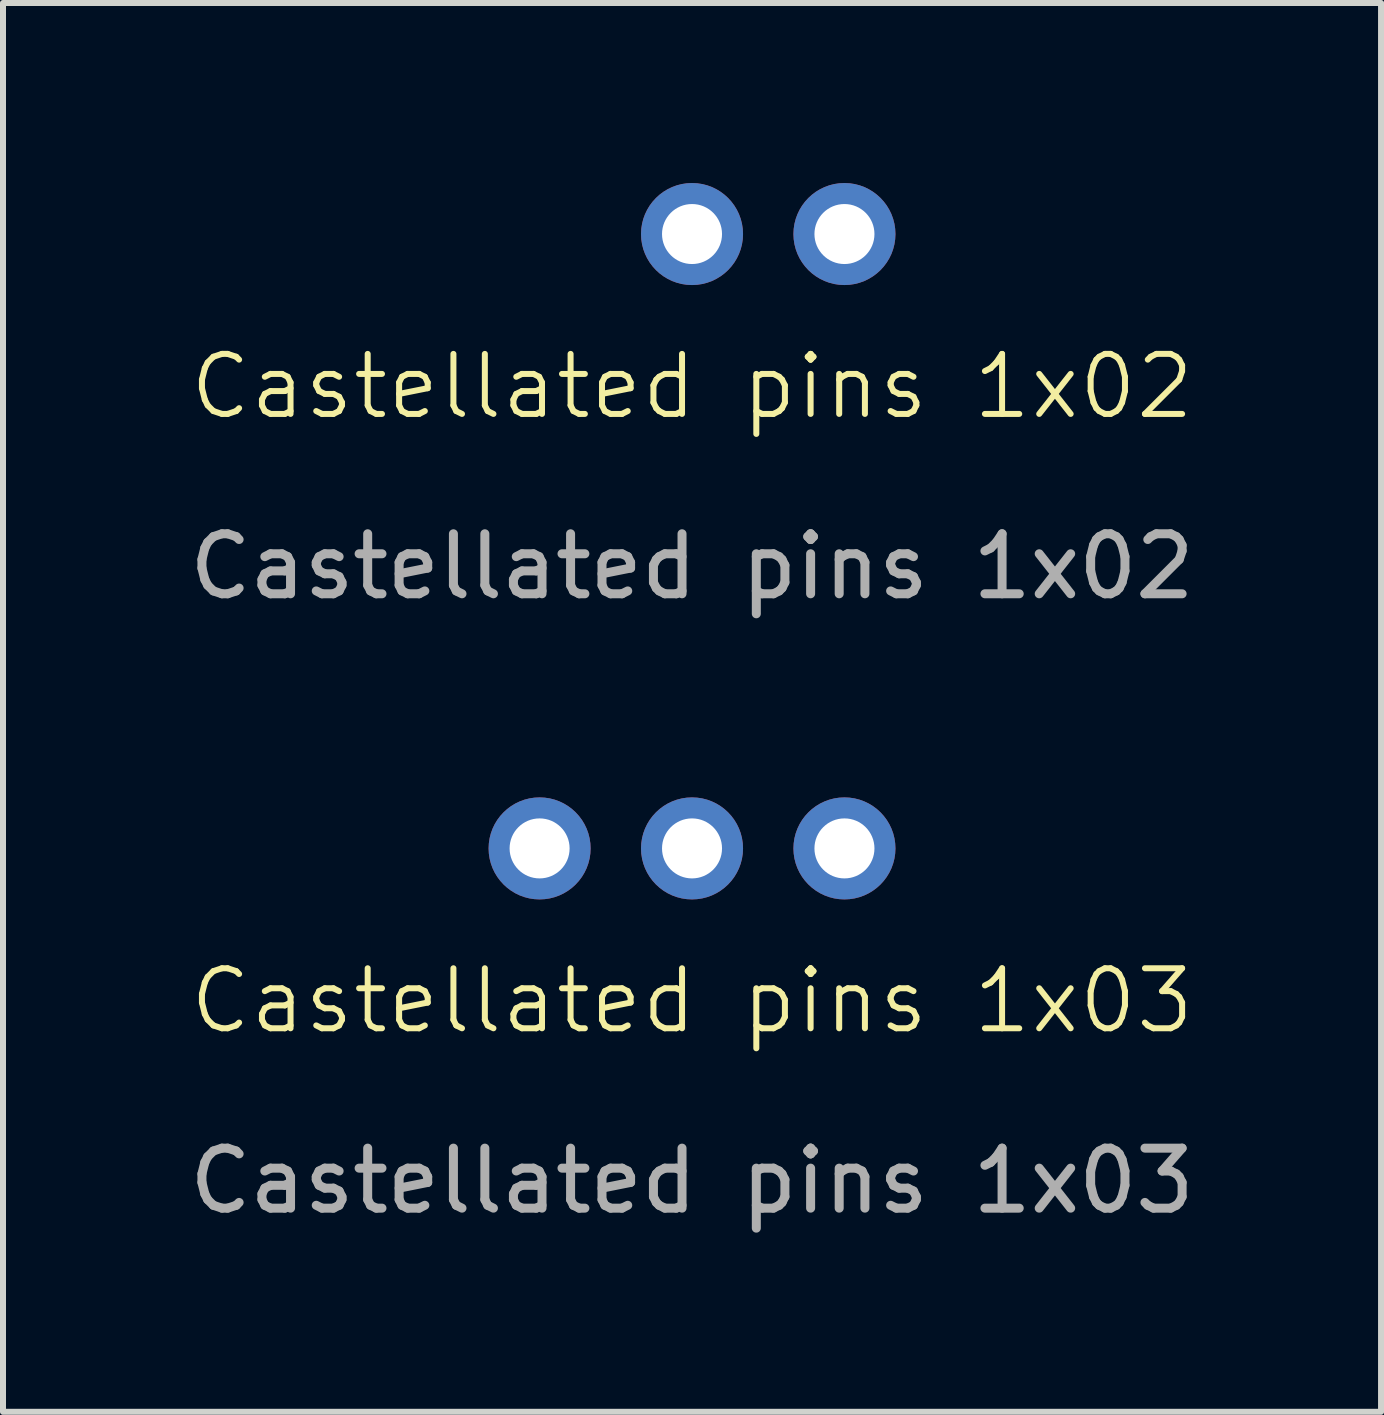
<source format=kicad_pcb>
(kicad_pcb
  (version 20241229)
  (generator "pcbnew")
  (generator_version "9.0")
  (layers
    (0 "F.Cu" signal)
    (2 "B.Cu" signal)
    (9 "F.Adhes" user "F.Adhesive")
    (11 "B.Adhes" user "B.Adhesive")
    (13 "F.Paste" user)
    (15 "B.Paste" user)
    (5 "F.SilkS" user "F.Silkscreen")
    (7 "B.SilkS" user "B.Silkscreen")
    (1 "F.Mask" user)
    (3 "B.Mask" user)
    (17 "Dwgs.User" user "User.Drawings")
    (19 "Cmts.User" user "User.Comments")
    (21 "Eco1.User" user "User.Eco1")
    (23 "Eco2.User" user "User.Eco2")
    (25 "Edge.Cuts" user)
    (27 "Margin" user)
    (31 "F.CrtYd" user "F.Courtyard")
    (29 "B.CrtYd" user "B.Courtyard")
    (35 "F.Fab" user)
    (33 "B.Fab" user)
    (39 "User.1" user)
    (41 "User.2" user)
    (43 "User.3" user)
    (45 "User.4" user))
  (footprint "Castellated pins 1x03"
    (layer "F.Cu")
    (at 8.482 11.088)
    (property "Reference" "Castellated pins 1x03" (at 0 2.54 0) (unlocked yes) (layer "F.SilkS") (effects (font (size 1 1) (thickness 0.1))))
    (attr smd)
    (fp_text user "${REFERENCE}" (at 0 5.54 0) (unlocked yes) (layer "F.Fab") (effects (font (size 1 1) (thickness 0.15))))
    (pad "1" thru_hole circle (at -2.54 0) (size 1.7 1.7) (drill 1) (property pad_prop_castellated) (layers "*.Cu" "*.Mask"))
    (pad "2" thru_hole circle (at 0 0) (size 1.7 1.7) (drill 1) (layers "*.Cu" "*.Mask"))
    (pad "3" thru_hole circle (at 2.54 0) (size 1.7 1.7) (drill 1) (layers "*.Cu" "*.Mask")))
  (footprint "Castellated pins 1x02"
    (layer "F.Cu")
    (at 8.482 0.85)
    (property "Reference" "Castellated pins 1x02" (at 0 2.54 0) (unlocked yes) (layer "F.SilkS") (effects (font (size 1 1) (thickness 0.1))))
    (attr smd)
    (fp_text user "${REFERENCE}" (at 0 5.54 0) (unlocked yes) (layer "F.Fab") (effects (font (size 1 1) (thickness 0.15))))
    (pad "1" thru_hole circle (at 0 0) (size 1.7 1.7) (drill 1) (property pad_prop_castellated) (layers "*.Cu" "*.Mask"))
    (pad "2" thru_hole circle (at 2.54 0) (size 1.7 1.7) (drill 1) (layers "*.Cu" "*.Mask")))
  (gr_rect
    (start -3 -3)
    (end 19.964 20.477)
    (stroke (width 0.1) (type default))
    (fill no)
    (layer "Edge.Cuts")))
</source>
